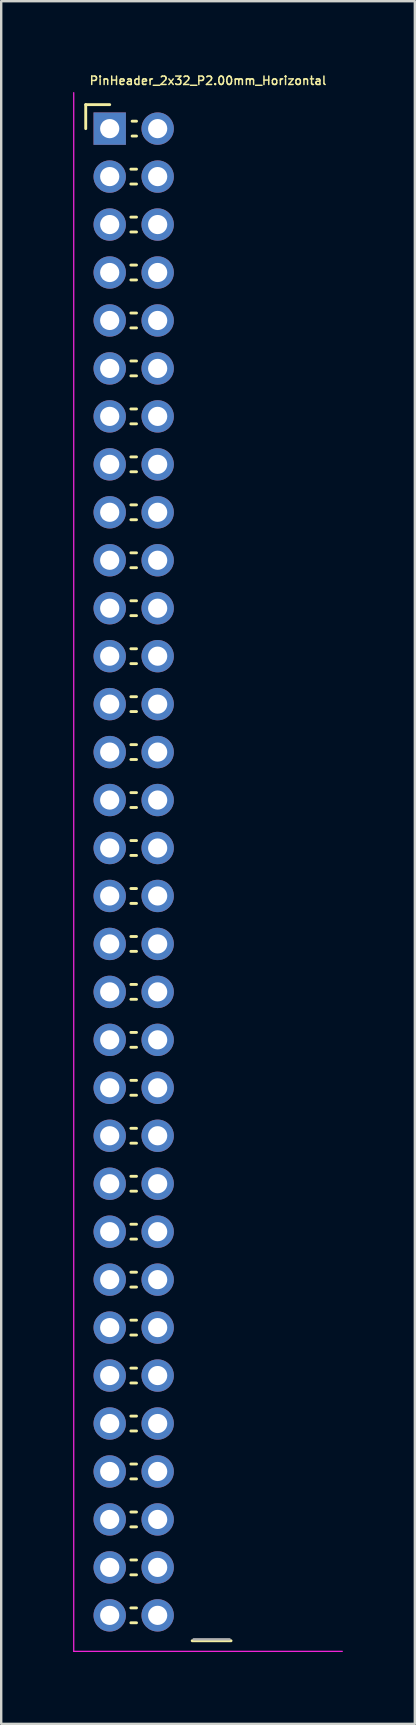
<source format=kicad_pcb>
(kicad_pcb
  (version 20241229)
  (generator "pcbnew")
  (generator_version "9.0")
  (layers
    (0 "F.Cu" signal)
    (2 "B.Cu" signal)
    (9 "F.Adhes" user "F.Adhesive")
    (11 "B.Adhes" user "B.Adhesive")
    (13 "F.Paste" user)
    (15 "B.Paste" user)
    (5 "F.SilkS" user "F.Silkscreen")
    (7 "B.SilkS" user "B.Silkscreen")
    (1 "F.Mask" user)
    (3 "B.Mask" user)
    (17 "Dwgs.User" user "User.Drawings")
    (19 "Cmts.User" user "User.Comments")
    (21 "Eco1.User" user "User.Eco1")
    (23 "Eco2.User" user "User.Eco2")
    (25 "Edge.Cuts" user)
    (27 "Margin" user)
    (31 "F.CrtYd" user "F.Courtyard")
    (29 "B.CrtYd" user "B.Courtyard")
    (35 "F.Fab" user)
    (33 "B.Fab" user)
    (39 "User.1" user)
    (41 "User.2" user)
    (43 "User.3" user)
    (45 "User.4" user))
  (footprint "PinHeader_2x32_P2.00mm_Horizontal"
    (layer "F.Cu")
    (at 1.525 2.314)
    (property "Reference" "PinHeader_2x32_P2.00mm_Horizontal" (at 4.1 -2 0) (layer "F.SilkS") (effects (font (size 0.35 0.35) (thickness 0.062))))
    (attr through_hole)
    (fp_line (start -1 -1) (end 0 -1) (stroke (width 0.12) (type solid)) (layer "F.SilkS"))
    (fp_line (start -1 0) (end -1 -1) (stroke (width 0.12) (type solid)) (layer "F.SilkS"))
    (fp_line (start 0.882 1.69) (end 1.118 1.69) (stroke (width 0.12) (type solid)) (layer "F.SilkS"))
    (fp_line (start 0.882 2.31) (end 1.118 2.31) (stroke (width 0.12) (type solid)) (layer "F.SilkS"))
    (fp_line (start 0.882 3.69) (end 1.118 3.69) (stroke (width 0.12) (type solid)) (layer "F.SilkS"))
    (fp_line (start 0.882 4.31) (end 1.118 4.31) (stroke (width 0.12) (type solid)) (layer "F.SilkS"))
    (fp_line (start 0.882 5.69) (end 1.118 5.69) (stroke (width 0.12) (type solid)) (layer "F.SilkS"))
    (fp_line (start 0.882 6.31) (end 1.118 6.31) (stroke (width 0.12) (type solid)) (layer "F.SilkS"))
    (fp_line (start 0.882 7.69) (end 1.118 7.69) (stroke (width 0.12) (type solid)) (layer "F.SilkS"))
    (fp_line (start 0.882 8.31) (end 1.118 8.31) (stroke (width 0.12) (type solid)) (layer "F.SilkS"))
    (fp_line (start 0.882 9.69) (end 1.118 9.69) (stroke (width 0.12) (type solid)) (layer "F.SilkS"))
    (fp_line (start 0.882 10.31) (end 1.118 10.31) (stroke (width 0.12) (type solid)) (layer "F.SilkS"))
    (fp_line (start 0.882 11.69) (end 1.118 11.69) (stroke (width 0.12) (type solid)) (layer "F.SilkS"))
    (fp_line (start 0.882 12.31) (end 1.118 12.31) (stroke (width 0.12) (type solid)) (layer "F.SilkS"))
    (fp_line (start 0.882 13.69) (end 1.118 13.69) (stroke (width 0.12) (type solid)) (layer "F.SilkS"))
    (fp_line (start 0.882 14.31) (end 1.118 14.31) (stroke (width 0.12) (type solid)) (layer "F.SilkS"))
    (fp_line (start 0.882 15.69) (end 1.118 15.69) (stroke (width 0.12) (type solid)) (layer "F.SilkS"))
    (fp_line (start 0.882 16.31) (end 1.118 16.31) (stroke (width 0.12) (type solid)) (layer "F.SilkS"))
    (fp_line (start 0.882 17.69) (end 1.118 17.69) (stroke (width 0.12) (type solid)) (layer "F.SilkS"))
    (fp_line (start 0.882 18.31) (end 1.118 18.31) (stroke (width 0.12) (type solid)) (layer "F.SilkS"))
    (fp_line (start 0.882 19.69) (end 1.118 19.69) (stroke (width 0.12) (type solid)) (layer "F.SilkS"))
    (fp_line (start 0.882 20.31) (end 1.118 20.31) (stroke (width 0.12) (type solid)) (layer "F.SilkS"))
    (fp_line (start 0.882 21.69) (end 1.118 21.69) (stroke (width 0.12) (type solid)) (layer "F.SilkS"))
    (fp_line (start 0.882 22.31) (end 1.118 22.31) (stroke (width 0.12) (type solid)) (layer "F.SilkS"))
    (fp_line (start 0.882 23.69) (end 1.118 23.69) (stroke (width 0.12) (type solid)) (layer "F.SilkS"))
    (fp_line (start 0.882 24.31) (end 1.118 24.31) (stroke (width 0.12) (type solid)) (layer "F.SilkS"))
    (fp_line (start 0.882 25.69) (end 1.118 25.69) (stroke (width 0.12) (type solid)) (layer "F.SilkS"))
    (fp_line (start 0.882 26.31) (end 1.118 26.31) (stroke (width 0.12) (type solid)) (layer "F.SilkS"))
    (fp_line (start 0.882 27.69) (end 1.118 27.69) (stroke (width 0.12) (type solid)) (layer "F.SilkS"))
    (fp_line (start 0.882 28.31) (end 1.118 28.31) (stroke (width 0.12) (type solid)) (layer "F.SilkS"))
    (fp_line (start 0.882 29.69) (end 1.118 29.69) (stroke (width 0.12) (type solid)) (layer "F.SilkS"))
    (fp_line (start 0.882 30.31) (end 1.118 30.31) (stroke (width 0.12) (type solid)) (layer "F.SilkS"))
    (fp_line (start 0.882 31.69) (end 1.118 31.69) (stroke (width 0.12) (type solid)) (layer "F.SilkS"))
    (fp_line (start 0.882 32.31) (end 1.118 32.31) (stroke (width 0.12) (type solid)) (layer "F.SilkS"))
    (fp_line (start 0.882 33.69) (end 1.118 33.69) (stroke (width 0.12) (type solid)) (layer "F.SilkS"))
    (fp_line (start 0.882 34.31) (end 1.118 34.31) (stroke (width 0.12) (type solid)) (layer "F.SilkS"))
    (fp_line (start 0.882 35.69) (end 1.118 35.69) (stroke (width 0.12) (type solid)) (layer "F.SilkS"))
    (fp_line (start 0.882 36.31) (end 1.118 36.31) (stroke (width 0.12) (type solid)) (layer "F.SilkS"))
    (fp_line (start 0.882 37.69) (end 1.118 37.69) (stroke (width 0.12) (type solid)) (layer "F.SilkS"))
    (fp_line (start 0.882 38.31) (end 1.118 38.31) (stroke (width 0.12) (type solid)) (layer "F.SilkS"))
    (fp_line (start 0.882 39.69) (end 1.118 39.69) (stroke (width 0.12) (type solid)) (layer "F.SilkS"))
    (fp_line (start 0.882 40.31) (end 1.118 40.31) (stroke (width 0.12) (type solid)) (layer "F.SilkS"))
    (fp_line (start 0.882 41.69) (end 1.118 41.69) (stroke (width 0.12) (type solid)) (layer "F.SilkS"))
    (fp_line (start 0.882 42.31) (end 1.118 42.31) (stroke (width 0.12) (type solid)) (layer "F.SilkS"))
    (fp_line (start 0.882 43.69) (end 1.118 43.69) (stroke (width 0.12) (type solid)) (layer "F.SilkS"))
    (fp_line (start 0.882 44.31) (end 1.118 44.31) (stroke (width 0.12) (type solid)) (layer "F.SilkS"))
    (fp_line (start 0.882 45.69) (end 1.118 45.69) (stroke (width 0.12) (type solid)) (layer "F.SilkS"))
    (fp_line (start 0.882 46.31) (end 1.118 46.31) (stroke (width 0.12) (type solid)) (layer "F.SilkS"))
    (fp_line (start 0.882 47.69) (end 1.118 47.69) (stroke (width 0.12) (type solid)) (layer "F.SilkS"))
    (fp_line (start 0.882 48.31) (end 1.118 48.31) (stroke (width 0.12) (type solid)) (layer "F.SilkS"))
    (fp_line (start 0.882 49.69) (end 1.118 49.69) (stroke (width 0.12) (type solid)) (layer "F.SilkS"))
    (fp_line (start 0.882 50.31) (end 1.118 50.31) (stroke (width 0.12) (type solid)) (layer "F.SilkS"))
    (fp_line (start 0.882 51.69) (end 1.118 51.69) (stroke (width 0.12) (type solid)) (layer "F.SilkS"))
    (fp_line (start 0.882 52.31) (end 1.118 52.31) (stroke (width 0.12) (type solid)) (layer "F.SilkS"))
    (fp_line (start 0.882 53.69) (end 1.118 53.69) (stroke (width 0.12) (type solid)) (layer "F.SilkS"))
    (fp_line (start 0.882 54.31) (end 1.118 54.31) (stroke (width 0.12) (type solid)) (layer "F.SilkS"))
    (fp_line (start 0.882 55.69) (end 1.118 55.69) (stroke (width 0.12) (type solid)) (layer "F.SilkS"))
    (fp_line (start 0.882 56.31) (end 1.118 56.31) (stroke (width 0.12) (type solid)) (layer "F.SilkS"))
    (fp_line (start 0.882 57.69) (end 1.118 57.69) (stroke (width 0.12) (type solid)) (layer "F.SilkS"))
    (fp_line (start 0.882 58.31) (end 1.118 58.31) (stroke (width 0.12) (type solid)) (layer "F.SilkS"))
    (fp_line (start 0.882 59.69) (end 1.118 59.69) (stroke (width 0.12) (type solid)) (layer "F.SilkS"))
    (fp_line (start 0.882 60.31) (end 1.118 60.31) (stroke (width 0.12) (type solid)) (layer "F.SilkS"))
    (fp_line (start 0.882 61.69) (end 1.118 61.69) (stroke (width 0.12) (type solid)) (layer "F.SilkS"))
    (fp_line (start 0.882 62.31) (end 1.118 62.31) (stroke (width 0.12) (type solid)) (layer "F.SilkS"))
    (fp_line (start 0.935 -0.31) (end 1.118 -0.31) (stroke (width 0.12) (type solid)) (layer "F.SilkS"))
    (fp_line (start 0.935 0.31) (end 1.118 0.31) (stroke (width 0.12) (type solid)) (layer "F.SilkS"))
    (fp_line (start 3.44 63.06) (end 5.06 63.06) (stroke (width 0.12) (type solid)) (layer "F.SilkS"))
    (fp_line (start -1.5 -1.5) (end -1.5 63.5) (stroke (width 0.05) (type solid)) (layer "F.CrtYd"))
    (fp_line (start -1.5 63.5) (end 9.7 63.5) (stroke (width 0.05) (type solid)) (layer "F.CrtYd"))
    (fp_line (start -0.25 -0.25) (end -0.25 0.25) (stroke (width 0.1) (type solid)) (layer "F.Fab"))
    (fp_line (start -0.25 1.75) (end -0.25 2.25) (stroke (width 0.1) (type solid)) (layer "F.Fab"))
    (fp_line (start -0.25 3.75) (end -0.25 4.25) (stroke (width 0.1) (type solid)) (layer "F.Fab"))
    (fp_line (start -0.25 5.75) (end -0.25 6.25) (stroke (width 0.1) (type solid)) (layer "F.Fab"))
    (fp_line (start -0.25 7.75) (end -0.25 8.25) (stroke (width 0.1) (type solid)) (layer "F.Fab"))
    (fp_line (start -0.25 9.75) (end -0.25 10.25) (stroke (width 0.1) (type solid)) (layer "F.Fab"))
    (fp_line (start -0.25 11.75) (end -0.25 12.25) (stroke (width 0.1) (type solid)) (layer "F.Fab"))
    (fp_line (start -0.25 13.75) (end -0.25 14.25) (stroke (width 0.1) (type solid)) (layer "F.Fab"))
    (fp_line (start -0.25 15.75) (end -0.25 16.25) (stroke (width 0.1) (type solid)) (layer "F.Fab"))
    (fp_line (start -0.25 17.75) (end -0.25 18.25) (stroke (width 0.1) (type solid)) (layer "F.Fab"))
    (fp_line (start -0.25 19.75) (end -0.25 20.25) (stroke (width 0.1) (type solid)) (layer "F.Fab"))
    (fp_line (start -0.25 21.75) (end -0.25 22.25) (stroke (width 0.1) (type solid)) (layer "F.Fab"))
    (fp_line (start -0.25 23.75) (end -0.25 24.25) (stroke (width 0.1) (type solid)) (layer "F.Fab"))
    (fp_line (start -0.25 25.75) (end -0.25 26.25) (stroke (width 0.1) (type solid)) (layer "F.Fab"))
    (fp_line (start -0.25 27.75) (end -0.25 28.25) (stroke (width 0.1) (type solid)) (layer "F.Fab"))
    (fp_line (start -0.25 29.75) (end -0.25 30.25) (stroke (width 0.1) (type solid)) (layer "F.Fab"))
    (fp_line (start -0.25 31.75) (end -0.25 32.25) (stroke (width 0.1) (type solid)) (layer "F.Fab"))
    (fp_line (start -0.25 33.75) (end -0.25 34.25) (stroke (width 0.1) (type solid)) (layer "F.Fab"))
    (fp_line (start -0.25 35.75) (end -0.25 36.25) (stroke (width 0.1) (type solid)) (layer "F.Fab"))
    (fp_line (start -0.25 37.75) (end -0.25 38.25) (stroke (width 0.1) (type solid)) (layer "F.Fab"))
    (fp_line (start -0.25 39.75) (end -0.25 40.25) (stroke (width 0.1) (type solid)) (layer "F.Fab"))
    (fp_line (start -0.25 41.75) (end -0.25 42.25) (stroke (width 0.1) (type solid)) (layer "F.Fab"))
    (fp_line (start -0.25 43.75) (end -0.25 44.25) (stroke (width 0.1) (type solid)) (layer "F.Fab"))
    (fp_line (start -0.25 45.75) (end -0.25 46.25) (stroke (width 0.1) (type solid)) (layer "F.Fab"))
    (fp_line (start -0.25 47.75) (end -0.25 48.25) (stroke (width 0.1) (type solid)) (layer "F.Fab"))
    (fp_line (start -0.25 49.75) (end -0.25 50.25) (stroke (width 0.1) (type solid)) (layer "F.Fab"))
    (fp_line (start -0.25 51.75) (end -0.25 52.25) (stroke (width 0.1) (type solid)) (layer "F.Fab"))
    (fp_line (start -0.25 53.75) (end -0.25 54.25) (stroke (width 0.1) (type solid)) (layer "F.Fab"))
    (fp_line (start -0.25 55.75) (end -0.25 56.25) (stroke (width 0.1) (type solid)) (layer "F.Fab"))
    (fp_line (start -0.25 57.75) (end -0.25 58.25) (stroke (width 0.1) (type solid)) (layer "F.Fab"))
    (fp_line (start -0.25 59.75) (end -0.25 60.25) (stroke (width 0.1) (type solid)) (layer "F.Fab"))
    (fp_line (start -0.25 61.75) (end -0.25 62.25) (stroke (width 0.1) (type solid)) (layer "F.Fab"))
    (fp_line (start 5 63) (end 3.5 63) (stroke (width 0.1) (type solid)) (layer "F.Fab"))
    (pad "1" thru_hole rect (at 0 0) (size 1.35 1.35) (drill 0.8) (layers "*.Cu" "*.Mask"))
    (pad "2" thru_hole oval (at 2 0) (size 1.35 1.35) (drill 0.8) (layers "*.Cu" "*.Mask"))
    (pad "3" thru_hole oval (at 0 2) (size 1.35 1.35) (drill 0.8) (layers "*.Cu" "*.Mask"))
    (pad "4" thru_hole oval (at 2 2) (size 1.35 1.35) (drill 0.8) (layers "*.Cu" "*.Mask"))
    (pad "5" thru_hole oval (at 0 4) (size 1.35 1.35) (drill 0.8) (layers "*.Cu" "*.Mask"))
    (pad "6" thru_hole oval (at 2 4) (size 1.35 1.35) (drill 0.8) (layers "*.Cu" "*.Mask"))
    (pad "7" thru_hole oval (at 0 6) (size 1.35 1.35) (drill 0.8) (layers "*.Cu" "*.Mask"))
    (pad "8" thru_hole oval (at 2 6) (size 1.35 1.35) (drill 0.8) (layers "*.Cu" "*.Mask"))
    (pad "9" thru_hole oval (at 0 8) (size 1.35 1.35) (drill 0.8) (layers "*.Cu" "*.Mask"))
    (pad "10" thru_hole oval (at 2 8) (size 1.35 1.35) (drill 0.8) (layers "*.Cu" "*.Mask"))
    (pad "11" thru_hole oval (at 0 10) (size 1.35 1.35) (drill 0.8) (layers "*.Cu" "*.Mask"))
    (pad "12" thru_hole oval (at 2 10) (size 1.35 1.35) (drill 0.8) (layers "*.Cu" "*.Mask"))
    (pad "13" thru_hole oval (at 0 12) (size 1.35 1.35) (drill 0.8) (layers "*.Cu" "*.Mask"))
    (pad "14" thru_hole oval (at 2 12) (size 1.35 1.35) (drill 0.8) (layers "*.Cu" "*.Mask"))
    (pad "15" thru_hole oval (at 0 14) (size 1.35 1.35) (drill 0.8) (layers "*.Cu" "*.Mask"))
    (pad "16" thru_hole oval (at 2 14) (size 1.35 1.35) (drill 0.8) (layers "*.Cu" "*.Mask"))
    (pad "17" thru_hole oval (at 0 16) (size 1.35 1.35) (drill 0.8) (layers "*.Cu" "*.Mask"))
    (pad "18" thru_hole oval (at 2 16) (size 1.35 1.35) (drill 0.8) (layers "*.Cu" "*.Mask"))
    (pad "19" thru_hole oval (at 0 18) (size 1.35 1.35) (drill 0.8) (layers "*.Cu" "*.Mask"))
    (pad "20" thru_hole oval (at 2 18) (size 1.35 1.35) (drill 0.8) (layers "*.Cu" "*.Mask"))
    (pad "21" thru_hole oval (at 0 20) (size 1.35 1.35) (drill 0.8) (layers "*.Cu" "*.Mask"))
    (pad "22" thru_hole oval (at 2 20) (size 1.35 1.35) (drill 0.8) (layers "*.Cu" "*.Mask"))
    (pad "23" thru_hole oval (at 0 22) (size 1.35 1.35) (drill 0.8) (layers "*.Cu" "*.Mask"))
    (pad "24" thru_hole oval (at 2 22) (size 1.35 1.35) (drill 0.8) (layers "*.Cu" "*.Mask"))
    (pad "25" thru_hole oval (at 0 24) (size 1.35 1.35) (drill 0.8) (layers "*.Cu" "*.Mask"))
    (pad "26" thru_hole oval (at 2 24) (size 1.35 1.35) (drill 0.8) (layers "*.Cu" "*.Mask"))
    (pad "27" thru_hole oval (at 0 26) (size 1.35 1.35) (drill 0.8) (layers "*.Cu" "*.Mask"))
    (pad "28" thru_hole oval (at 2 26) (size 1.35 1.35) (drill 0.8) (layers "*.Cu" "*.Mask"))
    (pad "29" thru_hole oval (at 0 28) (size 1.35 1.35) (drill 0.8) (layers "*.Cu" "*.Mask"))
    (pad "30" thru_hole oval (at 2 28) (size 1.35 1.35) (drill 0.8) (layers "*.Cu" "*.Mask"))
    (pad "31" thru_hole oval (at 0 30) (size 1.35 1.35) (drill 0.8) (layers "*.Cu" "*.Mask"))
    (pad "32" thru_hole oval (at 2 30) (size 1.35 1.35) (drill 0.8) (layers "*.Cu" "*.Mask"))
    (pad "33" thru_hole oval (at 0 32) (size 1.35 1.35) (drill 0.8) (layers "*.Cu" "*.Mask"))
    (pad "34" thru_hole oval (at 2 32) (size 1.35 1.35) (drill 0.8) (layers "*.Cu" "*.Mask"))
    (pad "35" thru_hole oval (at 0 34) (size 1.35 1.35) (drill 0.8) (layers "*.Cu" "*.Mask"))
    (pad "36" thru_hole oval (at 2 34) (size 1.35 1.35) (drill 0.8) (layers "*.Cu" "*.Mask"))
    (pad "37" thru_hole oval (at 0 36) (size 1.35 1.35) (drill 0.8) (layers "*.Cu" "*.Mask"))
    (pad "38" thru_hole oval (at 2 36) (size 1.35 1.35) (drill 0.8) (layers "*.Cu" "*.Mask"))
    (pad "39" thru_hole oval (at 0 38) (size 1.35 1.35) (drill 0.8) (layers "*.Cu" "*.Mask"))
    (pad "40" thru_hole oval (at 2 38) (size 1.35 1.35) (drill 0.8) (layers "*.Cu" "*.Mask"))
    (pad "41" thru_hole oval (at 0 40) (size 1.35 1.35) (drill 0.8) (layers "*.Cu" "*.Mask"))
    (pad "42" thru_hole oval (at 2 40) (size 1.35 1.35) (drill 0.8) (layers "*.Cu" "*.Mask"))
    (pad "43" thru_hole oval (at 0 42) (size 1.35 1.35) (drill 0.8) (layers "*.Cu" "*.Mask"))
    (pad "44" thru_hole oval (at 2 42) (size 1.35 1.35) (drill 0.8) (layers "*.Cu" "*.Mask"))
    (pad "45" thru_hole oval (at 0 44) (size 1.35 1.35) (drill 0.8) (layers "*.Cu" "*.Mask"))
    (pad "46" thru_hole oval (at 2 44) (size 1.35 1.35) (drill 0.8) (layers "*.Cu" "*.Mask"))
    (pad "47" thru_hole oval (at 0 46) (size 1.35 1.35) (drill 0.8) (layers "*.Cu" "*.Mask"))
    (pad "48" thru_hole oval (at 2 46) (size 1.35 1.35) (drill 0.8) (layers "*.Cu" "*.Mask"))
    (pad "49" thru_hole oval (at 0 48) (size 1.35 1.35) (drill 0.8) (layers "*.Cu" "*.Mask"))
    (pad "50" thru_hole oval (at 2 48) (size 1.35 1.35) (drill 0.8) (layers "*.Cu" "*.Mask"))
    (pad "51" thru_hole oval (at 0 50) (size 1.35 1.35) (drill 0.8) (layers "*.Cu" "*.Mask"))
    (pad "52" thru_hole oval (at 2 50) (size 1.35 1.35) (drill 0.8) (layers "*.Cu" "*.Mask"))
    (pad "53" thru_hole oval (at 0 52) (size 1.35 1.35) (drill 0.8) (layers "*.Cu" "*.Mask"))
    (pad "54" thru_hole oval (at 2 52) (size 1.35 1.35) (drill 0.8) (layers "*.Cu" "*.Mask"))
    (pad "55" thru_hole oval (at 0 54) (size 1.35 1.35) (drill 0.8) (layers "*.Cu" "*.Mask"))
    (pad "56" thru_hole oval (at 2 54) (size 1.35 1.35) (drill 0.8) (layers "*.Cu" "*.Mask"))
    (pad "57" thru_hole oval (at 0 56) (size 1.35 1.35) (drill 0.8) (layers "*.Cu" "*.Mask"))
    (pad "58" thru_hole oval (at 2 56) (size 1.35 1.35) (drill 0.8) (layers "*.Cu" "*.Mask"))
    (pad "59" thru_hole oval (at 0 58) (size 1.35 1.35) (drill 0.8) (layers "*.Cu" "*.Mask"))
    (pad "60" thru_hole oval (at 2 58) (size 1.35 1.35) (drill 0.8) (layers "*.Cu" "*.Mask"))
    (pad "61" thru_hole oval (at 0 60) (size 1.35 1.35) (drill 0.8) (layers "*.Cu" "*.Mask"))
    (pad "62" thru_hole oval (at 2 60) (size 1.35 1.35) (drill 0.8) (layers "*.Cu" "*.Mask"))
    (pad "63" thru_hole oval (at 0 62) (size 1.35 1.35) (drill 0.8) (layers "*.Cu" "*.Mask"))
    (pad "64" thru_hole oval (at 2 62) (size 1.35 1.35) (drill 0.8) (layers "*.Cu" "*.Mask")))
  (gr_rect
    (start -3 -3)
    (end 14.25 68.839)
    (stroke (width 0.1) (type default))
    (fill no)
    (layer "Edge.Cuts")))
</source>
